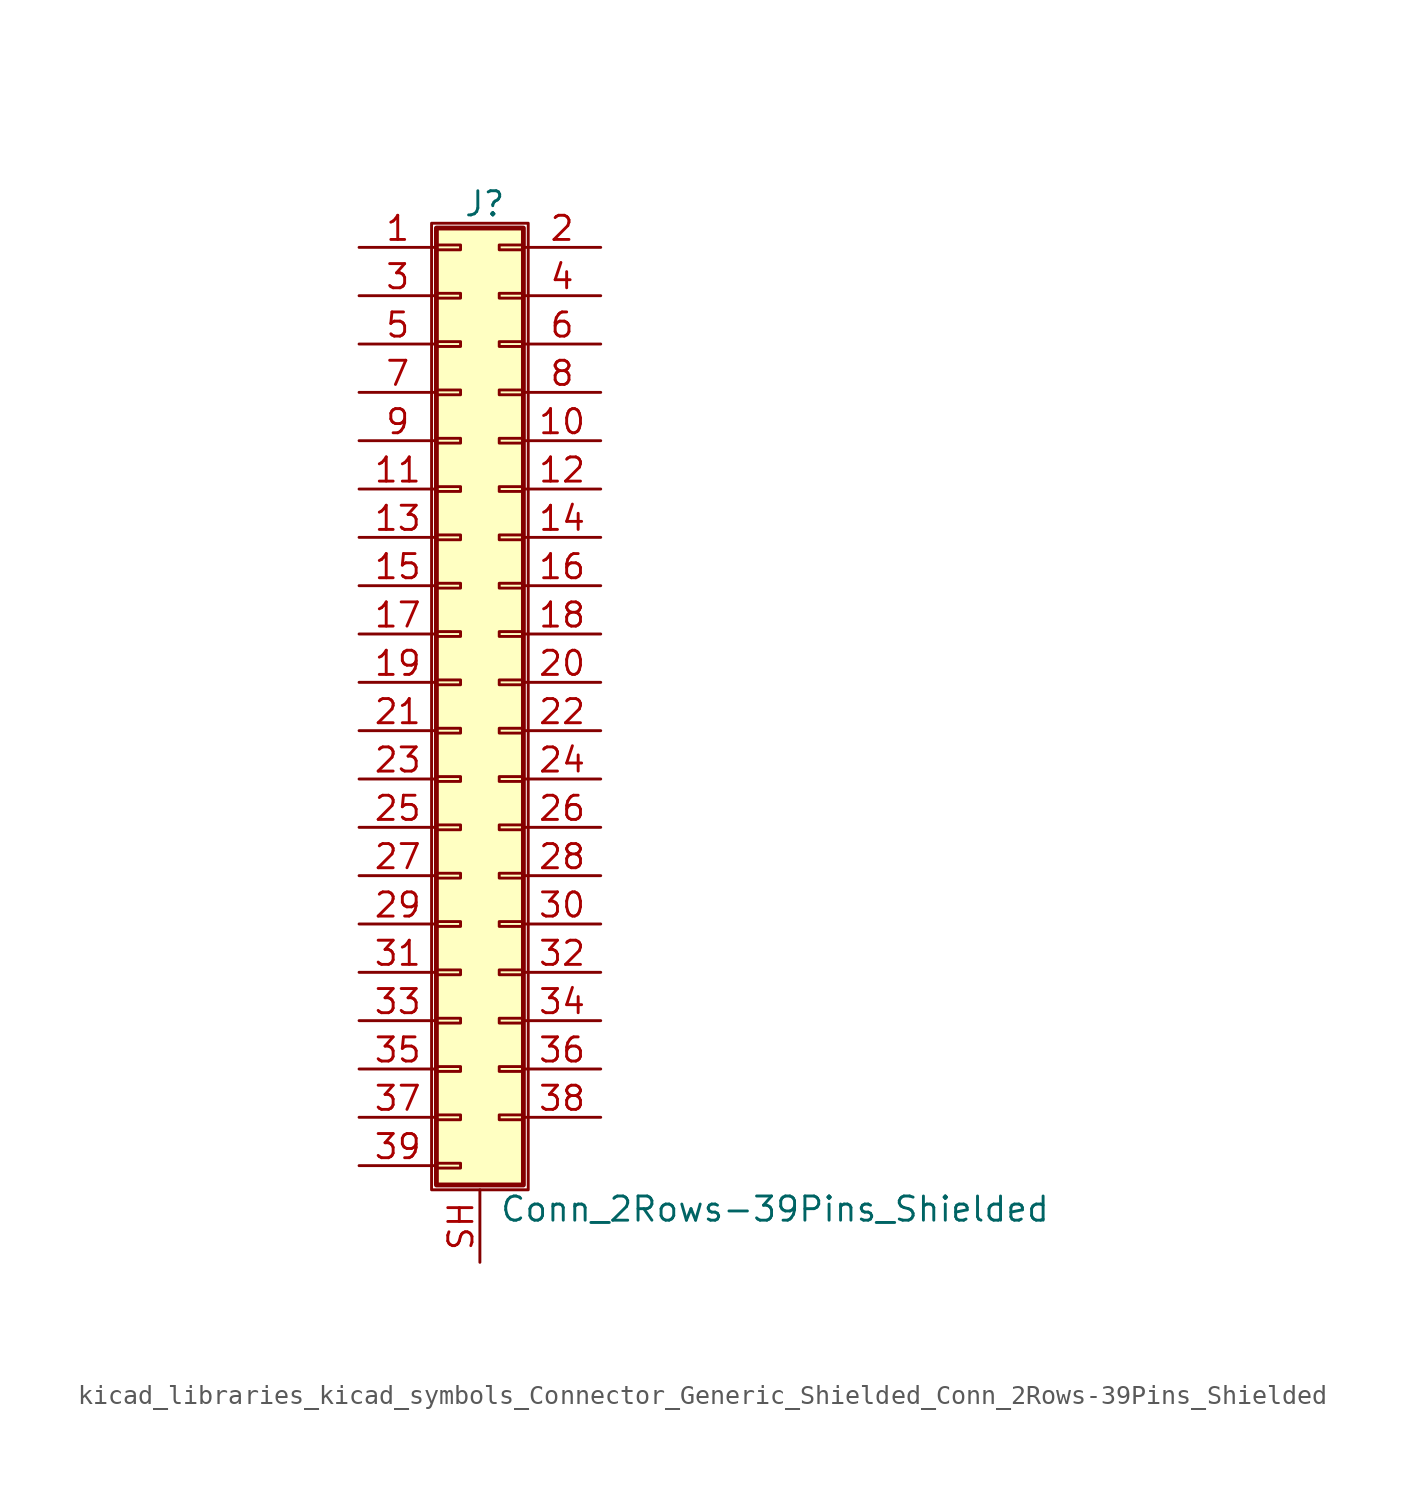
<source format=kicad_sym>
(kicad_symbol_lib
  (version 20220914)
  (generator kicad_symbol_editor)
  (symbol "kicad_libraries_kicad_symbols_Connector_Generic_Shielded_Conn_2Rows-39Pins_Shielded"
    (pin_names
      (offset 1.016) hide)
    (property "Reference" "J"
      (at 1.524 25.146 0)
      (effects (font (size 1.27 1.27))))
    (property "Value" "Conn_2Rows-39Pins_Shielded"
      (at 2.286 -27.686 0)
      (effects (font (size 1.27 1.27)) (justify left)))
    (symbol "kicad_libraries_kicad_symbols_Connector_Generic_Shielded_Conn_2Rows-39Pins_Shielded_1_1"
      (rectangle (start -1.27 24.13) (end 3.81 -26.67) (stroke (width 0.152) (type default)) (fill (type none)))
      (rectangle (start -1.016 -25.273) (end 0.254 -25.527) (stroke (width 0.152) (type default)) (fill (type none)))
      (rectangle (start -1.016 -22.733) (end 0.254 -22.987) (stroke (width 0.152) (type default)) (fill (type none)))
      (rectangle (start -1.016 -20.193) (end 0.254 -20.447) (stroke (width 0.152) (type default)) (fill (type none)))
      (rectangle (start -1.016 -17.653) (end 0.254 -17.907) (stroke (width 0.152) (type default)) (fill (type none)))
      (rectangle (start -1.016 -15.113) (end 0.254 -15.367) (stroke (width 0.152) (type default)) (fill (type none)))
      (rectangle (start -1.016 -12.573) (end 0.254 -12.827) (stroke (width 0.152) (type default)) (fill (type none)))
      (rectangle (start -1.016 -10.033) (end 0.254 -10.287) (stroke (width 0.152) (type default)) (fill (type none)))
      (rectangle (start -1.016 -7.493) (end 0.254 -7.747) (stroke (width 0.152) (type default)) (fill (type none)))
      (rectangle (start -1.016 -4.953) (end 0.254 -5.207) (stroke (width 0.152) (type default)) (fill (type none)))
      (rectangle (start -1.016 -2.413) (end 0.254 -2.667) (stroke (width 0.152) (type default)) (fill (type none)))
      (rectangle (start -1.016 0.127) (end 0.254 -0.127) (stroke (width 0.152) (type default)) (fill (type none)))
      (rectangle (start -1.016 2.667) (end 0.254 2.413) (stroke (width 0.152) (type default)) (fill (type none)))
      (rectangle (start -1.016 5.207) (end 0.254 4.953) (stroke (width 0.152) (type default)) (fill (type none)))
      (rectangle (start -1.016 7.747) (end 0.254 7.493) (stroke (width 0.152) (type default)) (fill (type none)))
      (rectangle (start -1.016 10.287) (end 0.254 10.033) (stroke (width 0.152) (type default)) (fill (type none)))
      (rectangle (start -1.016 12.827) (end 0.254 12.573) (stroke (width 0.152) (type default)) (fill (type none)))
      (rectangle (start -1.016 15.367) (end 0.254 15.113) (stroke (width 0.152) (type default)) (fill (type none)))
      (rectangle (start -1.016 17.907) (end 0.254 17.653) (stroke (width 0.152) (type default)) (fill (type none)))
      (rectangle (start -1.016 20.447) (end 0.254 20.193) (stroke (width 0.152) (type default)) (fill (type none)))
      (rectangle (start -1.016 22.987) (end 0.254 22.733) (stroke (width 0.152) (type default)) (fill (type none)))
      (rectangle (start -1.016 23.876) (end 3.556 -26.416) (stroke (width 0.254) (type default)) (fill (type background)))
      (rectangle (start 3.556 -22.733) (end 2.286 -22.987) (stroke (width 0.152) (type default)) (fill (type none)))
      (rectangle (start 3.556 -20.193) (end 2.286 -20.447) (stroke (width 0.152) (type default)) (fill (type none)))
      (rectangle (start 3.556 -17.653) (end 2.286 -17.907) (stroke (width 0.152) (type default)) (fill (type none)))
      (rectangle (start 3.556 -15.113) (end 2.286 -15.367) (stroke (width 0.152) (type default)) (fill (type none)))
      (rectangle (start 3.556 -12.573) (end 2.286 -12.827) (stroke (width 0.152) (type default)) (fill (type none)))
      (rectangle (start 3.556 -10.033) (end 2.286 -10.287) (stroke (width 0.152) (type default)) (fill (type none)))
      (rectangle (start 3.556 -7.493) (end 2.286 -7.747) (stroke (width 0.152) (type default)) (fill (type none)))
      (rectangle (start 3.556 -4.953) (end 2.286 -5.207) (stroke (width 0.152) (type default)) (fill (type none)))
      (rectangle (start 3.556 -2.413) (end 2.286 -2.667) (stroke (width 0.152) (type default)) (fill (type none)))
      (rectangle (start 3.556 0.127) (end 2.286 -0.127) (stroke (width 0.152) (type default)) (fill (type none)))
      (rectangle (start 3.556 2.667) (end 2.286 2.413) (stroke (width 0.152) (type default)) (fill (type none)))
      (rectangle (start 3.556 5.207) (end 2.286 4.953) (stroke (width 0.152) (type default)) (fill (type none)))
      (rectangle (start 3.556 7.747) (end 2.286 7.493) (stroke (width 0.152) (type default)) (fill (type none)))
      (rectangle (start 3.556 10.287) (end 2.286 10.033) (stroke (width 0.152) (type default)) (fill (type none)))
      (rectangle (start 3.556 12.827) (end 2.286 12.573) (stroke (width 0.152) (type default)) (fill (type none)))
      (rectangle (start 3.556 15.367) (end 2.286 15.113) (stroke (width 0.152) (type default)) (fill (type none)))
      (rectangle (start 3.556 17.907) (end 2.286 17.653) (stroke (width 0.152) (type default)) (fill (type none)))
      (rectangle (start 3.556 20.447) (end 2.286 20.193) (stroke (width 0.152) (type default)) (fill (type none)))
      (rectangle (start 3.556 22.987) (end 2.286 22.733) (stroke (width 0.152) (type default)) (fill (type none)))
      (pin passive line (at -5.08 22.86 0) (length 4.064) (name "Pin_1" (effects (font (size 1.27 1.27)))) (number "1" (effects (font (size 1.27 1.27)))))
      (pin passive line (at 7.62 12.7 180) (length 4.064) (name "Pin_10" (effects (font (size 1.27 1.27)))) (number "10" (effects (font (size 1.27 1.27)))))
      (pin passive line (at -5.08 10.16 0) (length 4.064) (name "Pin_11" (effects (font (size 1.27 1.27)))) (number "11" (effects (font (size 1.27 1.27)))))
      (pin passive line (at 7.62 10.16 180) (length 4.064) (name "Pin_12" (effects (font (size 1.27 1.27)))) (number "12" (effects (font (size 1.27 1.27)))))
      (pin passive line (at -5.08 7.62 0) (length 4.064) (name "Pin_13" (effects (font (size 1.27 1.27)))) (number "13" (effects (font (size 1.27 1.27)))))
      (pin passive line (at 7.62 7.62 180) (length 4.064) (name "Pin_14" (effects (font (size 1.27 1.27)))) (number "14" (effects (font (size 1.27 1.27)))))
      (pin passive line (at -5.08 5.08 0) (length 4.064) (name "Pin_15" (effects (font (size 1.27 1.27)))) (number "15" (effects (font (size 1.27 1.27)))))
      (pin passive line (at 7.62 5.08 180) (length 4.064) (name "Pin_16" (effects (font (size 1.27 1.27)))) (number "16" (effects (font (size 1.27 1.27)))))
      (pin passive line (at -5.08 2.54 0) (length 4.064) (name "Pin_17" (effects (font (size 1.27 1.27)))) (number "17" (effects (font (size 1.27 1.27)))))
      (pin passive line (at 7.62 2.54 180) (length 4.064) (name "Pin_18" (effects (font (size 1.27 1.27)))) (number "18" (effects (font (size 1.27 1.27)))))
      (pin passive line (at -5.08 0 0) (length 4.064) (name "Pin_19" (effects (font (size 1.27 1.27)))) (number "19" (effects (font (size 1.27 1.27)))))
      (pin passive line (at 7.62 22.86 180) (length 4.064) (name "Pin_2" (effects (font (size 1.27 1.27)))) (number "2" (effects (font (size 1.27 1.27)))))
      (pin passive line (at 7.62 0 180) (length 4.064) (name "Pin_20" (effects (font (size 1.27 1.27)))) (number "20" (effects (font (size 1.27 1.27)))))
      (pin passive line (at -5.08 -2.54 0) (length 4.064) (name "Pin_21" (effects (font (size 1.27 1.27)))) (number "21" (effects (font (size 1.27 1.27)))))
      (pin passive line (at 7.62 -2.54 180) (length 4.064) (name "Pin_22" (effects (font (size 1.27 1.27)))) (number "22" (effects (font (size 1.27 1.27)))))
      (pin passive line (at -5.08 -5.08 0) (length 4.064) (name "Pin_23" (effects (font (size 1.27 1.27)))) (number "23" (effects (font (size 1.27 1.27)))))
      (pin passive line (at 7.62 -5.08 180) (length 4.064) (name "Pin_24" (effects (font (size 1.27 1.27)))) (number "24" (effects (font (size 1.27 1.27)))))
      (pin passive line (at -5.08 -7.62 0) (length 4.064) (name "Pin_25" (effects (font (size 1.27 1.27)))) (number "25" (effects (font (size 1.27 1.27)))))
      (pin passive line (at 7.62 -7.62 180) (length 4.064) (name "Pin_26" (effects (font (size 1.27 1.27)))) (number "26" (effects (font (size 1.27 1.27)))))
      (pin passive line (at -5.08 -10.16 0) (length 4.064) (name "Pin_27" (effects (font (size 1.27 1.27)))) (number "27" (effects (font (size 1.27 1.27)))))
      (pin passive line (at 7.62 -10.16 180) (length 4.064) (name "Pin_28" (effects (font (size 1.27 1.27)))) (number "28" (effects (font (size 1.27 1.27)))))
      (pin passive line (at -5.08 -12.7 0) (length 4.064) (name "Pin_29" (effects (font (size 1.27 1.27)))) (number "29" (effects (font (size 1.27 1.27)))))
      (pin passive line (at -5.08 20.32 0) (length 4.064) (name "Pin_3" (effects (font (size 1.27 1.27)))) (number "3" (effects (font (size 1.27 1.27)))))
      (pin passive line (at 7.62 -12.7 180) (length 4.064) (name "Pin_30" (effects (font (size 1.27 1.27)))) (number "30" (effects (font (size 1.27 1.27)))))
      (pin passive line (at -5.08 -15.24 0) (length 4.064) (name "Pin_31" (effects (font (size 1.27 1.27)))) (number "31" (effects (font (size 1.27 1.27)))))
      (pin passive line (at 7.62 -15.24 180) (length 4.064) (name "Pin_32" (effects (font (size 1.27 1.27)))) (number "32" (effects (font (size 1.27 1.27)))))
      (pin passive line (at -5.08 -17.78 0) (length 4.064) (name "Pin_33" (effects (font (size 1.27 1.27)))) (number "33" (effects (font (size 1.27 1.27)))))
      (pin passive line (at 7.62 -17.78 180) (length 4.064) (name "Pin_34" (effects (font (size 1.27 1.27)))) (number "34" (effects (font (size 1.27 1.27)))))
      (pin passive line (at -5.08 -20.32 0) (length 4.064) (name "Pin_35" (effects (font (size 1.27 1.27)))) (number "35" (effects (font (size 1.27 1.27)))))
      (pin passive line (at 7.62 -20.32 180) (length 4.064) (name "Pin_36" (effects (font (size 1.27 1.27)))) (number "36" (effects (font (size 1.27 1.27)))))
      (pin passive line (at -5.08 -22.86 0) (length 4.064) (name "Pin_37" (effects (font (size 1.27 1.27)))) (number "37" (effects (font (size 1.27 1.27)))))
      (pin passive line (at 7.62 -22.86 180) (length 4.064) (name "Pin_38" (effects (font (size 1.27 1.27)))) (number "38" (effects (font (size 1.27 1.27)))))
      (pin passive line (at -5.08 -25.4 0) (length 4.064) (name "Pin_39" (effects (font (size 1.27 1.27)))) (number "39" (effects (font (size 1.27 1.27)))))
      (pin passive line (at 7.62 20.32 180) (length 4.064) (name "Pin_4" (effects (font (size 1.27 1.27)))) (number "4" (effects (font (size 1.27 1.27)))))
      (pin passive line (at -5.08 17.78 0) (length 4.064) (name "Pin_5" (effects (font (size 1.27 1.27)))) (number "5" (effects (font (size 1.27 1.27)))))
      (pin passive line (at 7.62 17.78 180) (length 4.064) (name "Pin_6" (effects (font (size 1.27 1.27)))) (number "6" (effects (font (size 1.27 1.27)))))
      (pin passive line (at -5.08 15.24 0) (length 4.064) (name "Pin_7" (effects (font (size 1.27 1.27)))) (number "7" (effects (font (size 1.27 1.27)))))
      (pin passive line (at 7.62 15.24 180) (length 4.064) (name "Pin_8" (effects (font (size 1.27 1.27)))) (number "8" (effects (font (size 1.27 1.27)))))
      (pin passive line (at -5.08 12.7 0) (length 4.064) (name "Pin_9" (effects (font (size 1.27 1.27)))) (number "9" (effects (font (size 1.27 1.27)))))
      (pin passive line (at 1.27 -30.48 90) (length 3.81) (name "Shield" (effects (font (size 1.27 1.27)))) (number "SH" (effects (font (size 1.27 1.27))))))))
</source>
